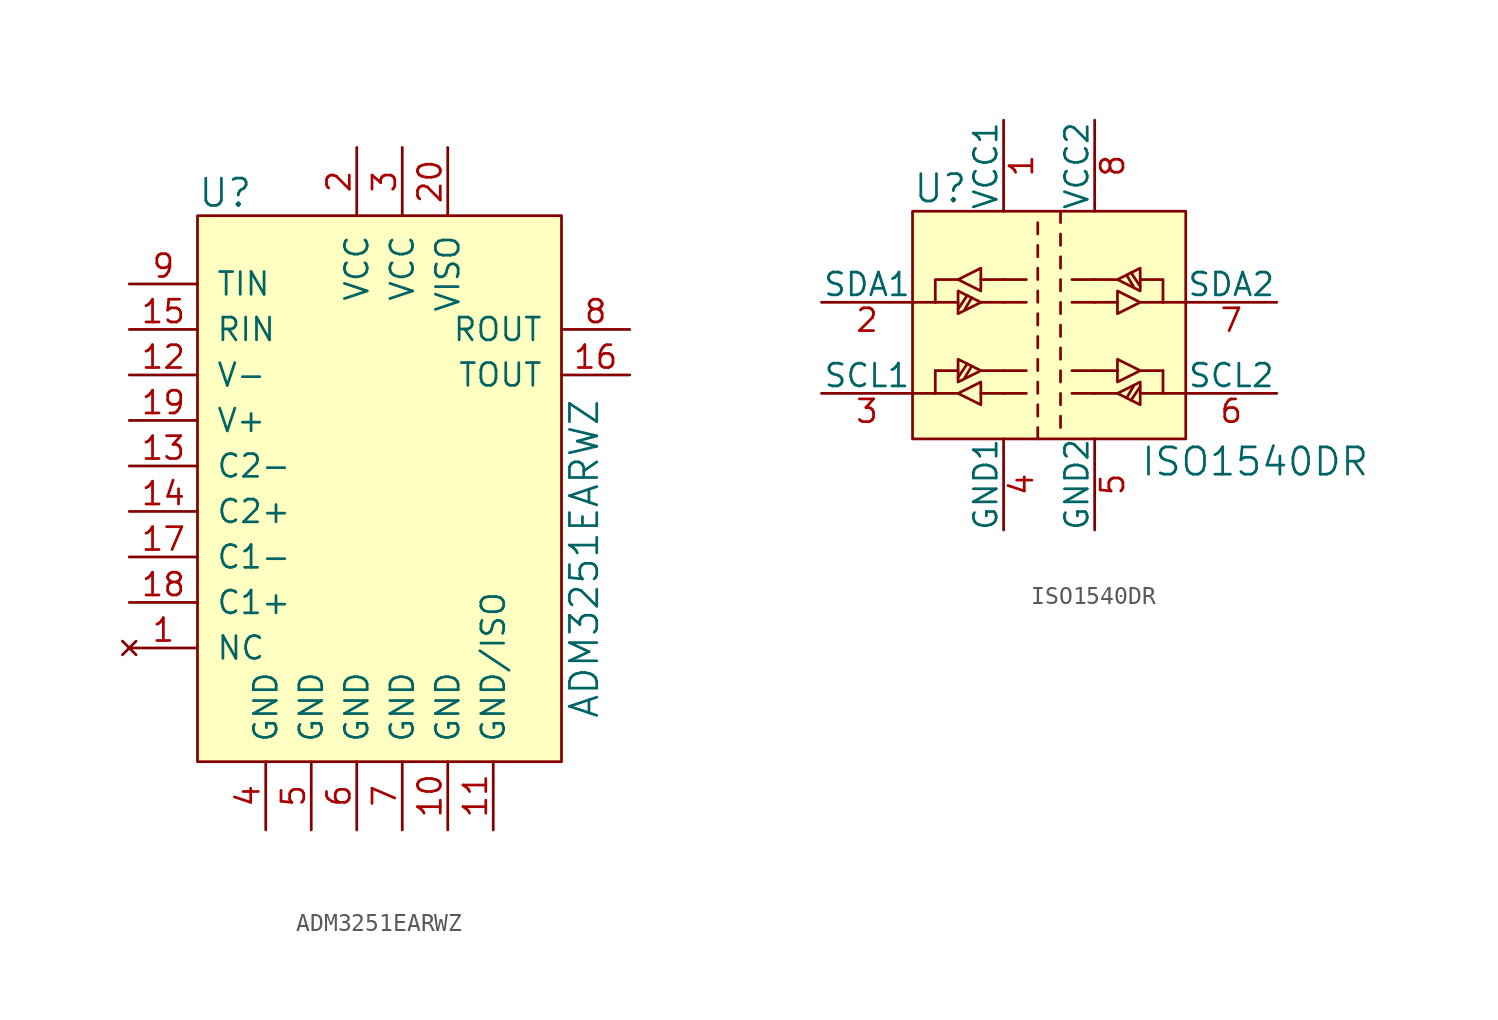
<source format=kicad_sym>
(kicad_symbol_lib
  (version 20201005)
  (generator kicad_symbol_editor)
  (symbol "ADM3251EARWZ"
    (pin_names
      (offset 1.016))
    (property "Reference" "U"
      (at -11.43 15.24 0)
      (effects (font (size 1.524 1.524)) (justify left)))
    (property "Value" "ADM3251EARWZ"
      (at 10.16 3.81 90)
      (effects (font (size 1.524 1.524)) (justify right)))
    (symbol "ADM3251EARWZ_0_1"
      (rectangle (start -11.43 13.97) (end 8.89 -16.51) (stroke (width 0)) (fill (type background))))
    (symbol "ADM3251EARWZ_1_1"
      (pin no_connect line (at -15.24 -10.16 0) (length 3.81) (name "NC" (effects (font (size 1.27 1.27)))) (number "1" (effects (font (size 1.27 1.27)))))
      (pin power_in line (at -2.54 17.78 270) (length 3.81) (name "VCC" (effects (font (size 1.27 1.27)))) (number "2" (effects (font (size 1.27 1.27)))))
      (pin power_in line (at 0 17.78 270) (length 3.81) (name "VCC" (effects (font (size 1.27 1.27)))) (number "3" (effects (font (size 1.27 1.27)))))
      (pin power_in line (at -7.62 -20.32 90) (length 3.81) (name "GND" (effects (font (size 1.27 1.27)))) (number "4" (effects (font (size 1.27 1.27)))))
      (pin power_in line (at -5.08 -20.32 90) (length 3.81) (name "GND" (effects (font (size 1.27 1.27)))) (number "5" (effects (font (size 1.27 1.27)))))
      (pin power_in line (at -2.54 -20.32 90) (length 3.81) (name "GND" (effects (font (size 1.27 1.27)))) (number "6" (effects (font (size 1.27 1.27)))))
      (pin power_in line (at 0 -20.32 90) (length 3.81) (name "GND" (effects (font (size 1.27 1.27)))) (number "7" (effects (font (size 1.27 1.27)))))
      (pin output line (at 12.7 7.62 180) (length 3.81) (name "ROUT" (effects (font (size 1.27 1.27)))) (number "8" (effects (font (size 1.27 1.27)))))
      (pin bidirectional line (at -15.24 10.16 0) (length 3.81) (name "TIN" (effects (font (size 1.27 1.27)))) (number "9" (effects (font (size 1.27 1.27)))))
      (pin power_in line (at 2.54 -20.32 90) (length 3.81) (name "GND" (effects (font (size 1.27 1.27)))) (number "10" (effects (font (size 1.27 1.27)))))
      (pin power_in line (at 2.54 17.78 270) (length 3.81) (name "VISO" (effects (font (size 1.27 1.27)))) (number "20" (effects (font (size 1.27 1.27)))))
      (pin power_in line (at 5.08 -20.32 90) (length 3.81) (name "GND/ISO" (effects (font (size 1.27 1.27)))) (number "11" (effects (font (size 1.27 1.27)))))
      (pin passive line (at -15.24 5.08 0) (length 3.81) (name "V-" (effects (font (size 1.27 1.27)))) (number "12" (effects (font (size 1.27 1.27)))))
      (pin passive line (at -15.24 0 0) (length 3.81) (name "C2-" (effects (font (size 1.27 1.27)))) (number "13" (effects (font (size 1.27 1.27)))))
      (pin passive line (at -15.24 -2.54 0) (length 3.81) (name "C2+" (effects (font (size 1.27 1.27)))) (number "14" (effects (font (size 1.27 1.27)))))
      (pin bidirectional line (at -15.24 7.62 0) (length 3.81) (name "RIN" (effects (font (size 1.27 1.27)))) (number "15" (effects (font (size 1.27 1.27)))))
      (pin output line (at 12.7 5.08 180) (length 3.81) (name "TOUT" (effects (font (size 1.27 1.27)))) (number "16" (effects (font (size 1.27 1.27)))))
      (pin passive line (at -15.24 -5.08 0) (length 3.81) (name "C1-" (effects (font (size 1.27 1.27)))) (number "17" (effects (font (size 1.27 1.27)))))
      (pin passive line (at -15.24 -7.62 0) (length 3.81) (name "C1+" (effects (font (size 1.27 1.27)))) (number "18" (effects (font (size 1.27 1.27)))))
      (pin unspecified line (at -15.24 2.54 0) (length 3.81) (name "V+" (effects (font (size 1.27 1.27)))) (number "19" (effects (font (size 1.27 1.27)))))))
  (symbol "ISO1540DR"
    (pin_names
      (offset 0))
    (property "Reference" "U"
      (at -7.62 8.89 0)
      (effects (font (size 1.524 1.524)) (justify left)))
    (property "Value" "ISO1540DR"
      (at 5.08 -6.35 0)
      (effects (font (size 1.524 1.524)) (justify left)))
    (symbol "ISO1540DR_0_1"
      (rectangle (start -7.62 -2.54) (end -6.35 -2.54) (stroke (width 0)) (fill (type none)))
      (rectangle (start -7.62 2.54) (end -6.35 2.54) (stroke (width 0)) (fill (type none)))
      (rectangle (start -7.62 7.62) (end 7.62 -5.08) (stroke (width 0)) (fill (type background)))
      (rectangle (start -2.54 -2.54) (end -1.27 -2.54) (stroke (width 0)) (fill (type none)))
      (rectangle (start -2.54 -1.27) (end -1.27 -1.27) (stroke (width 0)) (fill (type none)))
      (rectangle (start -2.54 3.81) (end -1.27 3.81) (stroke (width 0)) (fill (type none)))
      (rectangle (start -1.27 2.54) (end -2.54 2.54) (stroke (width 0)) (fill (type none)))
      (rectangle (start -0.635 -5.08) (end -0.635 -4.445) (stroke (width 0)) (fill (type none)))
      (rectangle (start -0.635 -3.81) (end -0.635 -3.175) (stroke (width 0)) (fill (type none)))
      (rectangle (start -0.635 -2.54) (end -0.635 -1.905) (stroke (width 0)) (fill (type none)))
      (rectangle (start -0.635 -1.27) (end -0.635 -0.635) (stroke (width 0)) (fill (type none)))
      (rectangle (start -0.635 0) (end -0.635 0.635) (stroke (width 0)) (fill (type none)))
      (rectangle (start -0.635 1.27) (end -0.635 1.905) (stroke (width 0)) (fill (type none)))
      (rectangle (start -0.635 2.54) (end -0.635 3.175) (stroke (width 0)) (fill (type none)))
      (rectangle (start -0.635 4.445) (end -0.635 3.81) (stroke (width 0)) (fill (type none)))
      (rectangle (start -0.635 5.08) (end -0.635 5.715) (stroke (width 0)) (fill (type none)))
      (rectangle (start -0.635 6.35) (end -0.635 6.985) (stroke (width 0)) (fill (type none)))
      (rectangle (start 0.635 -4.445) (end 0.635 -3.81) (stroke (width 0)) (fill (type none)))
      (rectangle (start 0.635 -3.175) (end 0.635 -2.54) (stroke (width 0)) (fill (type none)))
      (rectangle (start 0.635 -1.905) (end 0.635 -1.27) (stroke (width 0)) (fill (type none)))
      (rectangle (start 0.635 -0.635) (end 0.635 0) (stroke (width 0)) (fill (type none)))
      (rectangle (start 0.635 0.635) (end 0.635 1.27) (stroke (width 0)) (fill (type none)))
      (rectangle (start 0.635 1.905) (end 0.635 2.54) (stroke (width 0)) (fill (type none)))
      (rectangle (start 0.635 3.175) (end 0.635 3.81) (stroke (width 0)) (fill (type none)))
      (rectangle (start 0.635 4.445) (end 0.635 5.08) (stroke (width 0)) (fill (type none)))
      (rectangle (start 0.635 5.715) (end 0.635 6.35) (stroke (width 0)) (fill (type none)))
      (rectangle (start 0.635 6.985) (end 0.635 7.62) (stroke (width 0)) (fill (type none)))
      (rectangle (start 2.54 -2.54) (end 1.27 -2.54) (stroke (width 0)) (fill (type none)))
      (rectangle (start 2.54 -1.27) (end 1.27 -1.27) (stroke (width 0)) (fill (type none)))
      (rectangle (start 2.54 2.54) (end 1.27 2.54) (stroke (width 0)) (fill (type none)))
      (rectangle (start 2.54 3.81) (end 1.27 3.81) (stroke (width 0)) (fill (type none)))
      (rectangle (start 7.62 -2.54) (end 6.35 -2.54) (stroke (width 0)) (fill (type none)))
      (rectangle (start 7.62 2.54) (end 6.35 2.54) (stroke (width 0)) (fill (type none)))
      (polyline (pts (xy -6.35 -1.27) (xy -5.08 -1.27)) (stroke (width 0)) (fill (type none)))
      (polyline (pts (xy -6.35 2.54) (xy -5.08 2.54)) (stroke (width 0)) (fill (type none)))
      (polyline (pts (xy -4.572 -0.889) (xy -5.08 -1.651)) (stroke (width 0)) (fill (type none)))
      (polyline (pts (xy -4.572 2.921) (xy -5.08 2.159)) (stroke (width 0)) (fill (type none)))
      (polyline (pts (xy -4.318 -1.016) (xy -4.699 -1.651)) (stroke (width 0)) (fill (type none)))
      (polyline (pts (xy -4.318 2.794) (xy -4.699 2.159)) (stroke (width 0)) (fill (type none)))
      (polyline (pts (xy -3.81 -2.54) (xy -2.54 -2.54)) (stroke (width 0)) (fill (type none)))
      (polyline (pts (xy -3.81 -1.27) (xy -2.54 -1.27)) (stroke (width 0)) (fill (type none)))
      (polyline (pts (xy -3.81 2.54) (xy -2.54 2.54)) (stroke (width 0)) (fill (type none)))
      (polyline (pts (xy -3.81 3.81) (xy -2.54 3.81)) (stroke (width 0)) (fill (type none)))
      (polyline (pts (xy 3.81 -2.54) (xy 2.54 -2.54)) (stroke (width 0)) (fill (type none)))
      (polyline (pts (xy 3.81 -1.27) (xy 2.54 -1.27)) (stroke (width 0)) (fill (type none)))
      (polyline (pts (xy 3.81 2.54) (xy 2.54 2.54)) (stroke (width 0)) (fill (type none)))
      (polyline (pts (xy 3.81 3.81) (xy 2.54 3.81)) (stroke (width 0)) (fill (type none)))
      (polyline (pts (xy 4.318 -2.794) (xy 4.699 -2.159)) (stroke (width 0)) (fill (type none)))
      (polyline (pts (xy 4.318 4.064) (xy 4.699 3.429)) (stroke (width 0)) (fill (type none)))
      (polyline (pts (xy 4.572 -2.921) (xy 5.08 -2.159)) (stroke (width 0)) (fill (type none)))
      (polyline (pts (xy 4.572 4.191) (xy 5.08 3.429)) (stroke (width 0)) (fill (type none)))
      (polyline (pts (xy -6.35 2.54) (xy -6.35 3.81) (xy -5.08 3.81)) (stroke (width 0)) (fill (type none)))
      (polyline (pts (xy 5.08 3.81) (xy 6.35 3.81) (xy 6.35 2.54)) (stroke (width 0)) (fill (type none)))
      (polyline (pts (xy -5.08 -0.635) (xy -5.08 -1.905) (xy -3.81 -1.27) (xy -5.08 -0.635)) (stroke (width 0)) (fill (type none)))
      (polyline (pts (xy -5.08 3.175) (xy -5.08 1.905) (xy -3.81 2.54) (xy -5.08 3.175)) (stroke (width 0)) (fill (type none)))
      (polyline (pts (xy -5.08 3.81) (xy -3.81 3.175) (xy -3.81 4.445) (xy -5.08 3.81)) (stroke (width 0)) (fill (type none)))
      (polyline (pts (xy 3.81 3.81) (xy 5.08 3.175) (xy 5.08 4.445) (xy 3.81 3.81)) (stroke (width 0)) (fill (type none)))
      (polyline (pts (xy 6.35 -1.27) (xy 5.08 -1.27) (xy 3.81 -1.905) (xy 3.81 -0.635) (xy 5.08 -1.27)) (stroke (width 0)) (fill (type none)))
      (polyline (pts (xy 6.35 2.54) (xy 5.08 2.54) (xy 3.81 3.175) (xy 3.81 1.905) (xy 5.08 2.54)) (stroke (width 0)) (fill (type none)))
      (polyline (pts (xy -6.35 -1.27) (xy -6.35 -2.54) (xy -5.08 -2.54) (xy -3.81 -1.905) (xy -3.81 -3.175) (xy -5.08 -2.54)) (stroke (width 0)) (fill (type none)))
      (polyline (pts (xy 6.35 -1.27) (xy 6.35 -2.54) (xy 5.08 -2.54) (xy 5.08 -1.905) (xy 3.81 -2.54) (xy 5.08 -3.175) (xy 5.08 -2.54)) (stroke (width 0)) (fill (type none))))
    (symbol "ISO1540DR_1_1"
      (pin power_in line (at -2.54 12.7 270) (length 5.08) (name "VCC1" (effects (font (size 1.27 1.27)))) (number "1" (effects (font (size 1.27 1.27)))))
      (pin bidirectional line (at -12.7 2.54 0) (length 5.08) (name "SDA1" (effects (font (size 1.27 1.27)))) (number "2" (effects (font (size 1.27 1.27)))))
      (pin bidirectional line (at -12.7 -2.54 0) (length 5.08) (name "SCL1" (effects (font (size 1.27 1.27)))) (number "3" (effects (font (size 1.27 1.27)))))
      (pin power_in line (at -2.54 -10.16 90) (length 5.08) (name "GND1" (effects (font (size 1.27 1.27)))) (number "4" (effects (font (size 1.27 1.27)))))
      (pin power_in line (at 2.54 -10.16 90) (length 5.08) (name "GND2" (effects (font (size 1.27 1.27)))) (number "5" (effects (font (size 1.27 1.27)))))
      (pin bidirectional line (at 12.7 -2.54 180) (length 5.08) (name "SCL2" (effects (font (size 1.27 1.27)))) (number "6" (effects (font (size 1.27 1.27)))))
      (pin bidirectional line (at 12.7 2.54 180) (length 5.08) (name "SDA2" (effects (font (size 1.27 1.27)))) (number "7" (effects (font (size 1.27 1.27)))))
      (pin power_in line (at 2.54 12.7 270) (length 5.08) (name "VCC2" (effects (font (size 1.27 1.27)))) (number "8" (effects (font (size 1.27 1.27))))))))
</source>
